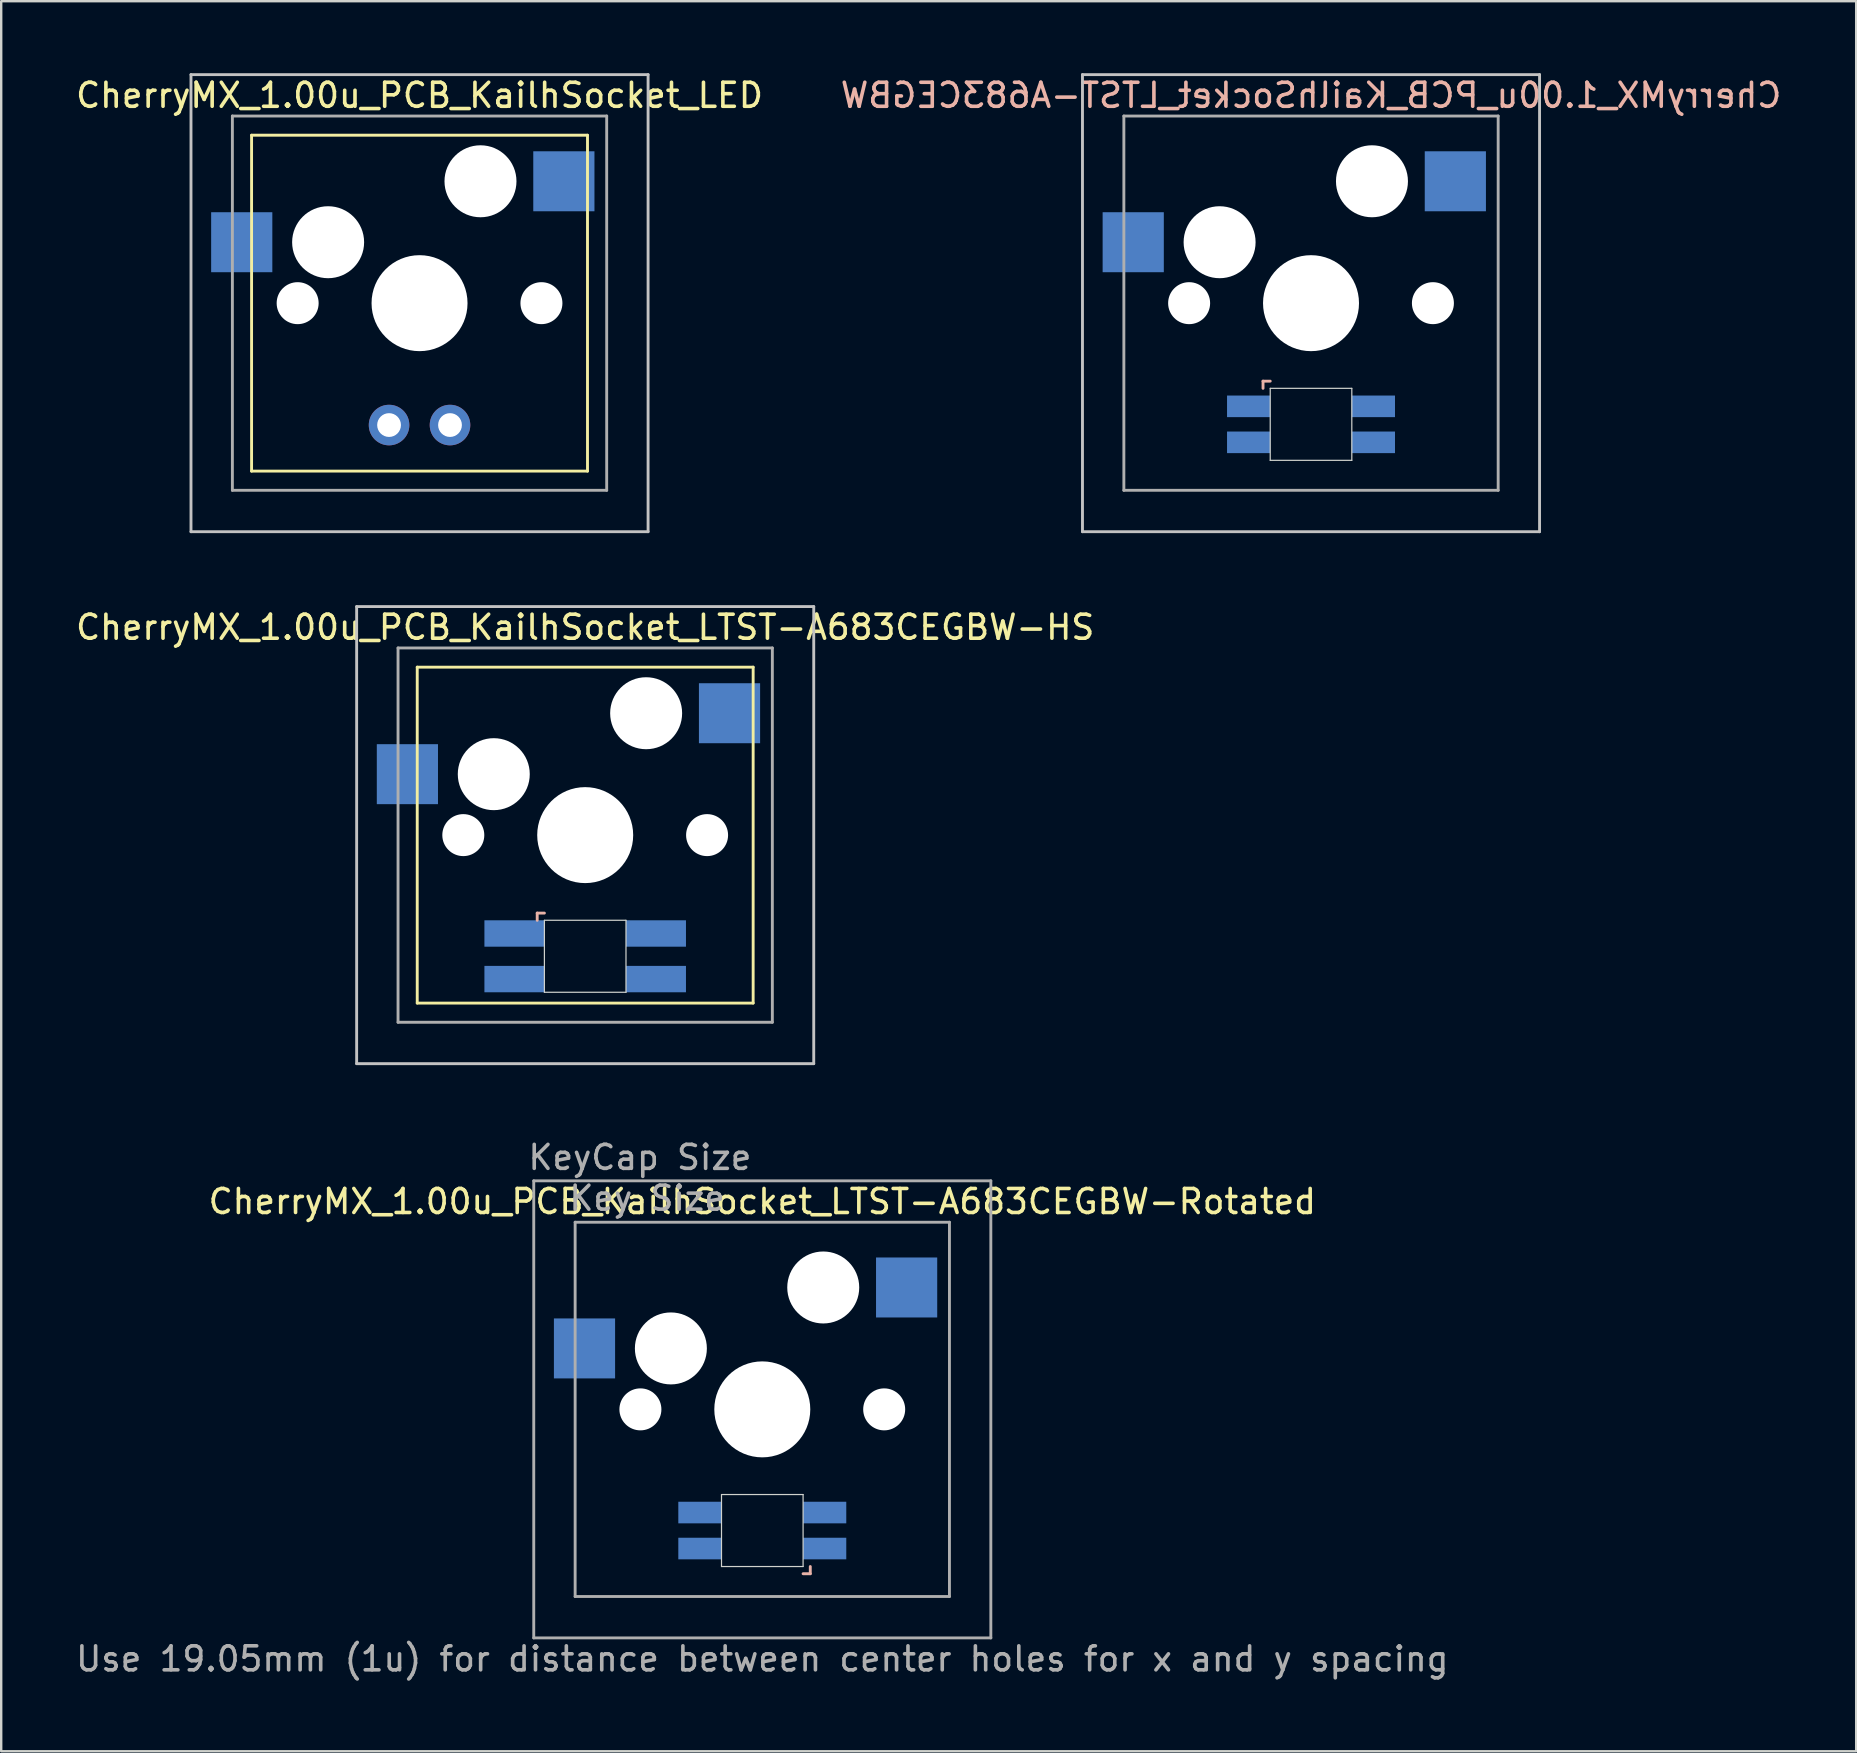
<source format=kicad_pcb>
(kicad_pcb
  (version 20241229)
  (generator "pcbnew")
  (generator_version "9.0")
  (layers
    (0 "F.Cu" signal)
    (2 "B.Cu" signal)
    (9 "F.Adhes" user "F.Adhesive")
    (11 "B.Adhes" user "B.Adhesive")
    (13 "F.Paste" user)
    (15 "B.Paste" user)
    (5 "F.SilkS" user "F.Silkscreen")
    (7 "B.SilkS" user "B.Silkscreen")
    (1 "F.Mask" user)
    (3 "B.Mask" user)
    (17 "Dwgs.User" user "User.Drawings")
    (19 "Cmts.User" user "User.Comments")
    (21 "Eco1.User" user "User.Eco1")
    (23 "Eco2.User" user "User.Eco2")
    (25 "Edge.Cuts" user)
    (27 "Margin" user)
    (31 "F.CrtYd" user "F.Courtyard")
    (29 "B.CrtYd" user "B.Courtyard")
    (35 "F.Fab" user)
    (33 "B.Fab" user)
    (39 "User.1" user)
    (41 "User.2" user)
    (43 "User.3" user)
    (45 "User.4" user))
  (footprint "CherryMX_1.00u_PCB_KailhSocket_LTST-A683CEGBW"
    (layer "F.Cu")
    (at 51.589 9.585)
    (property "Reference" "CherryMX_1.00u_PCB_KailhSocket_LTST-A683CEGBW" (at 0 -8.662 0) (layer "B.SilkS") (effects (font (size 1 1) (thickness 0.15)) (justify mirror)))
    (attr through_hole)
    (fp_line (start -2 3.25) (end -2 3.55) (stroke (width 0.12) (type solid)) (layer "B.SilkS"))
    (fp_line (start -1.7 3.25) (end -2 3.25) (stroke (width 0.12) (type solid)) (layer "B.SilkS"))
    (fp_line (start -9.525 -9.525) (end 9.525 -9.525) (stroke (width 0.12) (type solid)) (layer "Dwgs.User"))
    (fp_line (start -9.525 9.525) (end -9.525 -9.525) (stroke (width 0.12) (type solid)) (layer "Dwgs.User"))
    (fp_line (start 9.525 -9.525) (end 9.525 9.525) (stroke (width 0.12) (type solid)) (layer "Dwgs.User"))
    (fp_line (start 9.525 9.525) (end -9.525 9.525) (stroke (width 0.12) (type solid)) (layer "Dwgs.User"))
    (fp_line (start -1.7 3.55) (end 1.7 3.55) (stroke (width 0.05) (type solid)) (layer "Edge.Cuts"))
    (fp_line (start -1.7 6.55) (end -1.7 3.55) (stroke (width 0.05) (type solid)) (layer "Edge.Cuts"))
    (fp_line (start 1.7 3.55) (end 1.7 6.55) (stroke (width 0.05) (type solid)) (layer "Edge.Cuts"))
    (fp_line (start 1.7 6.55) (end -1.7 6.55) (stroke (width 0.05) (type solid)) (layer "Edge.Cuts"))
    (fp_line (start -7.8 -7.8) (end -7.8 7.8) (stroke (width 0.12) (type solid)) (layer "F.Fab"))
    (fp_line (start -7.8 -7.8) (end 7.8 -7.8) (stroke (width 0.12) (type solid)) (layer "F.Fab"))
    (fp_line (start -7.8 7.8) (end 7.8 7.8) (stroke (width 0.12) (type solid)) (layer "F.Fab"))
    (fp_line (start 7.8 -7.8) (end 7.8 7.8) (stroke (width 0.12) (type solid)) (layer "F.Fab"))
    (pad "" np_thru_hole circle (at -5.08 0) (size 1.75 1.75) (drill 1.75) (layers "*.Cu" "*.Mask"))
    (pad "" np_thru_hole circle (at -3.81 -2.54) (size 3 3) (drill 3) (layers "*.Cu" "*.Mask"))
    (pad "" np_thru_hole circle (at 0 0) (size 4 4) (drill 4) (layers "*.Cu" "*.Mask"))
    (pad "" np_thru_hole circle (at 2.54 -5.08) (size 3 3) (drill 3) (layers "*.Cu" "*.Mask"))
    (pad "" np_thru_hole circle (at 5.08 0) (size 1.75 1.75) (drill 1.75) (layers "*.Cu" "*.Mask"))
    (pad "1" smd rect (at -7.41 -2.54) (size 2.55 2.5) (layers "B.Cu" "B.Mask" "B.Paste"))
    (pad "2" smd rect (at 6.015 -5.08) (size 2.55 2.5) (layers "B.Cu" "B.Mask" "B.Paste"))
    (pad "3" smd rect (at -2.6 4.3) (size 1.8 0.9) (layers "B.Cu" "B.Mask" "B.Paste"))
    (pad "4" smd rect (at -2.6 5.8) (size 1.8 0.9) (layers "B.Cu" "B.Mask" "B.Paste"))
    (pad "5" smd rect (at 2.6 4.3) (size 1.8 0.9) (layers "B.Cu" "B.Mask" "B.Paste"))
    (pad "6" smd rect (at 2.6 5.8) (size 1.8 0.9) (layers "B.Cu" "B.Mask" "B.Paste")))
  (footprint "CherryMX_1.00u_PCB_KailhSocket_LED"
    (layer "F.Cu")
    (at 14.435 9.585)
    (property "Reference" "CherryMX_1.00u_PCB_KailhSocket_LED" (at 0 -8.662 0) (layer "F.SilkS") (effects (font (size 1 1) (thickness 0.15))))
    (attr through_hole)
    (fp_line (start -7 -7) (end -7 7) (stroke (width 0.12) (type solid)) (layer "F.SilkS"))
    (fp_line (start -7 -7) (end 7 -7) (stroke (width 0.12) (type solid)) (layer "F.SilkS"))
    (fp_line (start 7 -7) (end 7 7) (stroke (width 0.12) (type solid)) (layer "F.SilkS"))
    (fp_line (start 7 7) (end -7 7) (stroke (width 0.12) (type solid)) (layer "F.SilkS"))
    (fp_line (start -9.525 -9.525) (end 9.525 -9.525) (stroke (width 0.12) (type solid)) (layer "Dwgs.User"))
    (fp_line (start -9.525 9.525) (end -9.525 -9.525) (stroke (width 0.12) (type solid)) (layer "Dwgs.User"))
    (fp_line (start 9.525 -9.525) (end 9.525 9.525) (stroke (width 0.12) (type solid)) (layer "Dwgs.User"))
    (fp_line (start 9.525 9.525) (end -9.525 9.525) (stroke (width 0.12) (type solid)) (layer "Dwgs.User"))
    (fp_line (start -7.8 -7.8) (end -7.8 7.8) (stroke (width 0.12) (type solid)) (layer "F.Fab"))
    (fp_line (start -7.8 -7.8) (end 7.8 -7.8) (stroke (width 0.12) (type solid)) (layer "F.Fab"))
    (fp_line (start -7.8 7.8) (end 7.8 7.8) (stroke (width 0.12) (type solid)) (layer "F.Fab"))
    (fp_line (start 7.8 -7.8) (end 7.8 7.8) (stroke (width 0.12) (type solid)) (layer "F.Fab"))
    (pad "" np_thru_hole circle (at -5.08 0) (size 1.75 1.75) (drill 1.75) (layers "*.Cu" "*.Mask"))
    (pad "" np_thru_hole circle (at -3.81 -2.54) (size 3 3) (drill 3) (layers "*.Cu" "*.Mask"))
    (pad "" np_thru_hole circle (at 0 0) (size 4 4) (drill 4) (layers "*.Cu" "*.Mask"))
    (pad "" np_thru_hole circle (at 2.54 -5.08) (size 3 3) (drill 3) (layers "*.Cu" "*.Mask"))
    (pad "" np_thru_hole circle (at 5.08 0) (size 1.75 1.75) (drill 1.75) (layers "*.Cu" "*.Mask"))
    (pad "1" smd rect (at -7.41 -2.54) (size 2.55 2.5) (layers "B.Cu" "B.Mask" "B.Paste"))
    (pad "2" smd rect (at 6.015 -5.08) (size 2.55 2.5) (layers "B.Cu" "B.Mask" "B.Paste"))
    (pad "3" thru_hole circle (at -1.27 5.08) (size 1.691 1.691) (drill 0.991) (layers "*.Cu" "*.Mask"))
    (pad "4" thru_hole circle (at 1.27 5.08) (size 1.691 1.691) (drill 0.991) (layers "*.Cu" "*.Mask")))
  (footprint "CherryMX_1.00u_PCB_KailhSocket_LTST-A683CEGBW-Rotated"
    (layer "F.Cu")
    (at 28.72 55.688)
    (property "Reference" "CherryMX_1.00u_PCB_KailhSocket_LTST-A683CEGBW-Rotated" (at 0 -8.662 0) (layer "F.SilkS") (effects (font (size 1 1) (thickness 0.15))))
    (attr through_hole)
    (fp_line (start 1.7 6.85) (end 2 6.85) (stroke (width 0.12) (type solid)) (layer "B.SilkS"))
    (fp_line (start 2 6.85) (end 2 6.55) (stroke (width 0.12) (type solid)) (layer "B.SilkS"))
    (fp_line (start -1.7 3.55) (end 1.7 3.55) (stroke (width 0.05) (type solid)) (layer "Edge.Cuts"))
    (fp_line (start -1.7 6.55) (end -1.7 3.55) (stroke (width 0.05) (type solid)) (layer "Edge.Cuts"))
    (fp_line (start 1.7 3.55) (end 1.7 6.55) (stroke (width 0.05) (type solid)) (layer "Edge.Cuts"))
    (fp_line (start 1.7 6.55) (end -1.7 6.55) (stroke (width 0.05) (type solid)) (layer "Edge.Cuts"))
    (fp_line (start -9.525 -9.525) (end 9.525 -9.525) (stroke (width 0.12) (type solid)) (layer "F.Fab"))
    (fp_line (start -9.525 9.525) (end -9.525 -9.525) (stroke (width 0.12) (type solid)) (layer "F.Fab"))
    (fp_line (start -7.8 -7.8) (end -7.8 7.8) (stroke (width 0.12) (type solid)) (layer "F.Fab"))
    (fp_line (start -7.8 -7.8) (end 7.8 -7.8) (stroke (width 0.12) (type solid)) (layer "F.Fab"))
    (fp_line (start -7.8 7.8) (end 7.8 7.8) (stroke (width 0.12) (type solid)) (layer "F.Fab"))
    (fp_line (start 7.8 -7.8) (end 7.8 7.8) (stroke (width 0.12) (type solid)) (layer "F.Fab"))
    (fp_line (start 9.525 -9.525) (end 9.525 9.525) (stroke (width 0.12) (type solid)) (layer "F.Fab"))
    (fp_line (start 9.525 9.525) (end -9.525 9.525) (stroke (width 0.12) (type solid)) (layer "F.Fab"))
    (fp_text user "KeyCap Size" (at -5.1 -10.5 0) (layer "F.Fab") (effects (font (size 1 1) (thickness 0.15))))
    (fp_text user "Use 19.05mm (1u) for distance between center holes for x and y spacing" (at 0 10.4 0) (layer "F.Fab") (effects (font (size 1 1) (thickness 0.15))))
    (fp_text user "Key Size" (at -4.8 -8.8 0) (layer "F.Fab") (effects (font (size 1 1) (thickness 0.15))))
    (pad "" np_thru_hole circle (at -5.08 0) (size 1.75 1.75) (drill 1.75) (layers "*.Cu" "*.Mask"))
    (pad "" np_thru_hole circle (at -3.81 -2.54) (size 3 3) (drill 3) (layers "*.Cu" "*.Mask"))
    (pad "" np_thru_hole circle (at 0 0) (size 4 4) (drill 4) (layers "*.Cu" "*.Mask"))
    (pad "" np_thru_hole circle (at 2.54 -5.08) (size 3 3) (drill 3) (layers "*.Cu" "*.Mask"))
    (pad "" np_thru_hole circle (at 5.08 0) (size 1.75 1.75) (drill 1.75) (layers "*.Cu" "*.Mask"))
    (pad "1" smd rect (at -7.41 -2.54) (size 2.55 2.5) (layers "B.Cu" "B.Mask" "B.Paste"))
    (pad "2" smd rect (at 6.015 -5.08) (size 2.55 2.5) (layers "B.Cu" "B.Mask" "B.Paste"))
    (pad "3" smd rect (at 2.6 5.8) (size 1.8 0.9) (layers "B.Cu" "B.Mask" "B.Paste"))
    (pad "4" smd rect (at 2.6 4.3) (size 1.8 0.9) (layers "B.Cu" "B.Mask" "B.Paste"))
    (pad "5" smd rect (at -2.6 5.8) (size 1.8 0.9) (layers "B.Cu" "B.Mask" "B.Paste"))
    (pad "6" smd rect (at -2.6 4.3) (size 1.8 0.9) (layers "B.Cu" "B.Mask" "B.Paste")))
  (footprint "CherryMX_1.00u_PCB_KailhSocket_LTST-A683CEGBW-HS"
    (layer "F.Cu")
    (at 21.339 31.755)
    (property "Reference" "CherryMX_1.00u_PCB_KailhSocket_LTST-A683CEGBW-HS" (at 0 -8.662 0) (layer "F.SilkS") (effects (font (size 1 1) (thickness 0.15))))
    (attr through_hole)
    (fp_line (start -7 -7) (end -7 7) (stroke (width 0.12) (type solid)) (layer "F.SilkS"))
    (fp_line (start -7 -7) (end 7 -7) (stroke (width 0.12) (type solid)) (layer "F.SilkS"))
    (fp_line (start 7 -7) (end 7 7) (stroke (width 0.12) (type solid)) (layer "F.SilkS"))
    (fp_line (start 7 7) (end -7 7) (stroke (width 0.12) (type solid)) (layer "F.SilkS"))
    (fp_line (start -2 3.25) (end -2 3.55) (stroke (width 0.12) (type solid)) (layer "B.SilkS"))
    (fp_line (start -1.7 3.25) (end -2 3.25) (stroke (width 0.12) (type solid)) (layer "B.SilkS"))
    (fp_line (start -9.525 -9.525) (end 9.525 -9.525) (stroke (width 0.12) (type solid)) (layer "Dwgs.User"))
    (fp_line (start -9.525 9.525) (end -9.525 -9.525) (stroke (width 0.12) (type solid)) (layer "Dwgs.User"))
    (fp_line (start 9.525 -9.525) (end 9.525 9.525) (stroke (width 0.12) (type solid)) (layer "Dwgs.User"))
    (fp_line (start 9.525 9.525) (end -9.525 9.525) (stroke (width 0.12) (type solid)) (layer "Dwgs.User"))
    (fp_line (start -1.7 3.55) (end 1.7 3.55) (stroke (width 0.05) (type solid)) (layer "Edge.Cuts"))
    (fp_line (start -1.7 6.55) (end -1.7 3.55) (stroke (width 0.05) (type solid)) (layer "Edge.Cuts"))
    (fp_line (start 1.7 3.55) (end 1.7 6.55) (stroke (width 0.05) (type solid)) (layer "Edge.Cuts"))
    (fp_line (start 1.7 6.55) (end -1.7 6.55) (stroke (width 0.05) (type solid)) (layer "Edge.Cuts"))
    (fp_line (start -7.8 -7.8) (end -7.8 7.8) (stroke (width 0.12) (type solid)) (layer "F.Fab"))
    (fp_line (start -7.8 -7.8) (end 7.8 -7.8) (stroke (width 0.12) (type solid)) (layer "F.Fab"))
    (fp_line (start -7.8 7.8) (end 7.8 7.8) (stroke (width 0.12) (type solid)) (layer "F.Fab"))
    (fp_line (start 7.8 -7.8) (end 7.8 7.8) (stroke (width 0.12) (type solid)) (layer "F.Fab"))
    (pad "" np_thru_hole circle (at -5.08 0) (size 1.75 1.75) (drill 1.75) (layers "*.Cu" "*.Mask"))
    (pad "" np_thru_hole circle (at -3.81 -2.54) (size 3 3) (drill 3) (layers "*.Cu" "*.Mask"))
    (pad "" np_thru_hole circle (at 0 0) (size 4 4) (drill 4) (layers "*.Cu" "*.Mask"))
    (pad "" np_thru_hole circle (at 2.54 -5.08) (size 3 3) (drill 3) (layers "*.Cu" "*.Mask"))
    (pad "" np_thru_hole circle (at 5.08 0) (size 1.75 1.75) (drill 1.75) (layers "*.Cu" "*.Mask"))
    (pad "1" smd rect (at -7.41 -2.54) (size 2.55 2.5) (layers "B.Cu" "B.Mask" "B.Paste"))
    (pad "2" smd rect (at 6.015 -5.08) (size 2.55 2.5) (layers "B.Cu" "B.Mask" "B.Paste"))
    (pad "3" smd rect (at -2.95 4.1) (size 2.5 1.1) (layers "B.Cu" "B.Mask" "B.Paste"))
    (pad "4" smd rect (at -2.95 6) (size 2.5 1.1) (layers "B.Cu" "B.Mask" "B.Paste"))
    (pad "5" smd rect (at 2.95 4.1) (size 2.5 1.1) (layers "B.Cu" "B.Mask" "B.Paste"))
    (pad "6" smd rect (at 2.95 6) (size 2.5 1.1) (layers "B.Cu" "B.Mask" "B.Paste")))
  (gr_rect
    (start -3 -3)
    (end 74.31 69.936)
    (stroke (width 0.1) (type default))
    (fill no)
    (layer "Edge.Cuts")))
</source>
